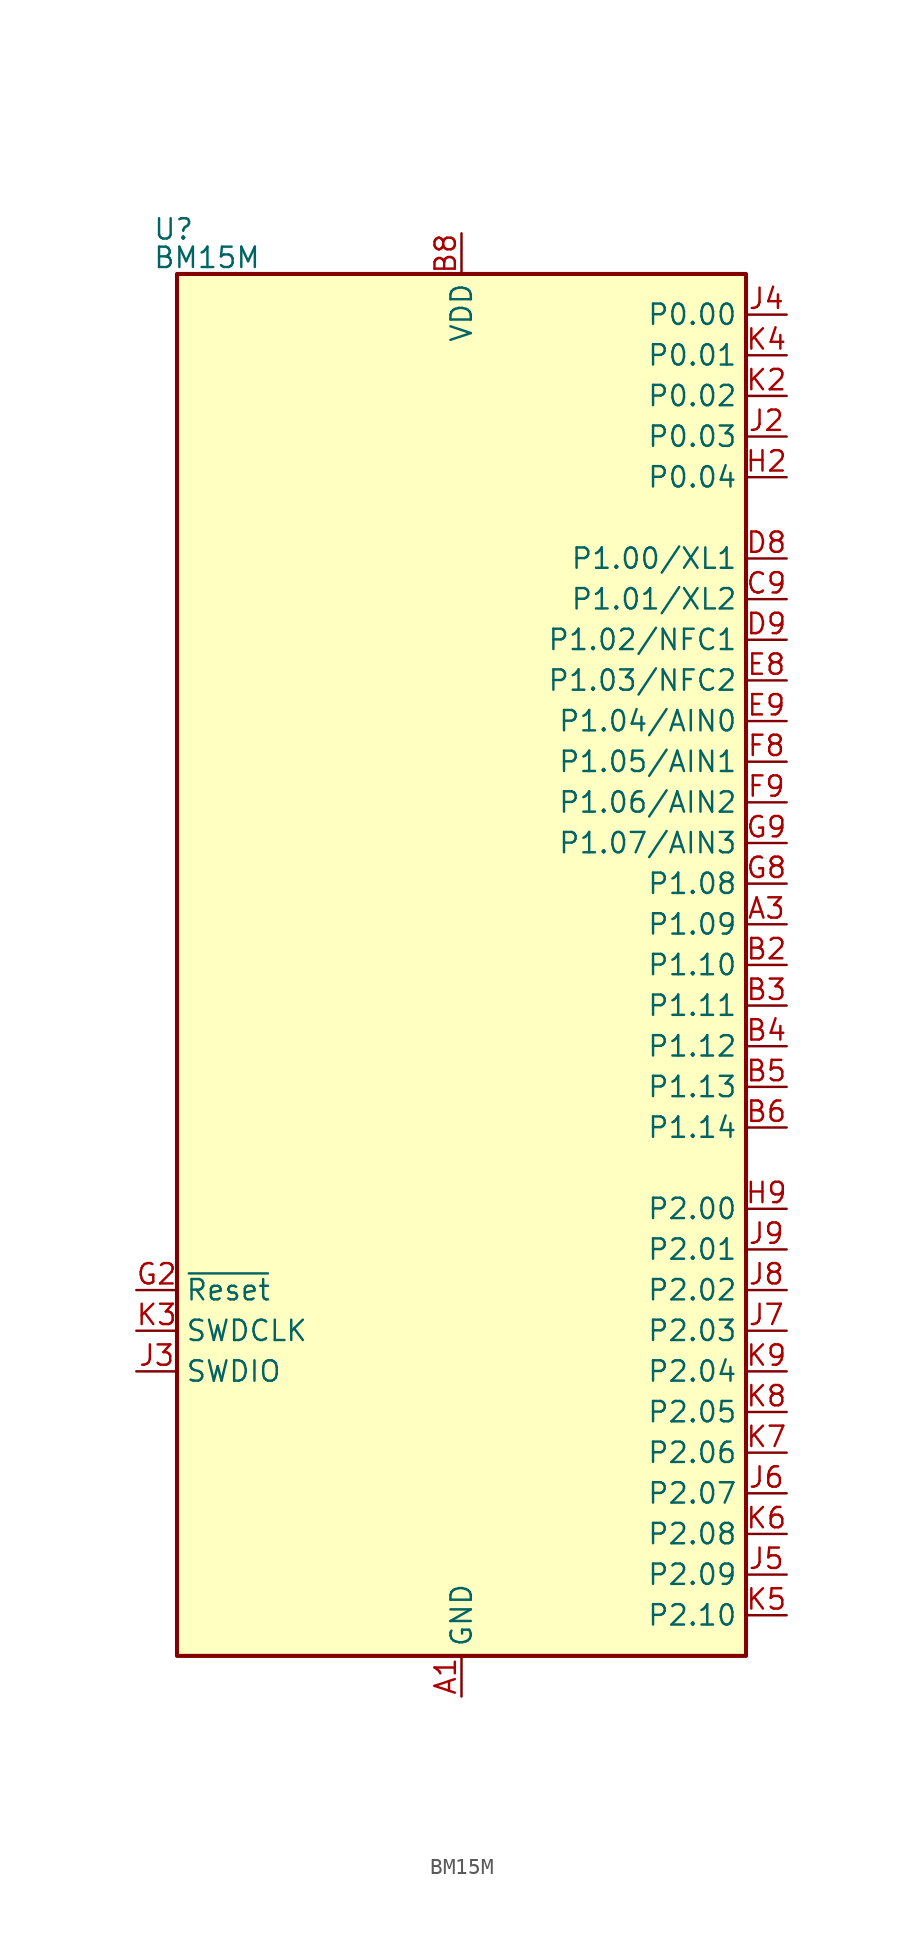
<source format=kicad_sym>
(kicad_symbol_lib
  (version 20241209)
  (generator "kicad_symbol_editor")
  (generator_version "9.0")
  (symbol "BM15M"
    (property "Reference" "U"
      (at -19.304 45.974 0)
      (effects (font (size 1.27 1.27)) (justify left)))
    (property "Value" "BM15M"
      (at -19.304 44.196 0)
      (effects (font (size 1.27 1.27)) (justify left)))
    (symbol "BM15M_0_1"
      (rectangle (start -17.78 43.18) (end 17.78 -43.18) (stroke (width 0.254) (type default)) (fill (type background))))
    (symbol "BM15M_1_1"
      (pin input line (at -20.32 -20.32 0) (length 2.54) (name "~{Reset}" (effects (font (size 1.27 1.27)))) (number "G2" (effects (font (size 1.27 1.27)))))
      (pin input line (at -20.32 -22.86 0) (length 2.54) (name "SWDCLK" (effects (font (size 1.27 1.27)))) (number "K3" (effects (font (size 1.27 1.27)))))
      (pin bidirectional line (at -20.32 -25.4 0) (length 2.54) (name "SWDIO" (effects (font (size 1.27 1.27)))) (number "J3" (effects (font (size 1.27 1.27)))))
      (pin power_in line (at 0 45.72 270) (length 2.54) (name "VDD" (effects (font (size 1.27 1.27)))) (number "B8" (effects (font (size 1.27 1.27)))))
      (pin passive line (at 0 45.72 270) (length 2.54) (hide yes) (name "VDD" (effects (font (size 1.27 1.27)))) (number "C8" (effects (font (size 1.27 1.27)))))
      (pin power_in line (at 0 -45.72 90) (length 2.54) (name "GND" (effects (font (size 1.27 1.27)))) (number "A1" (effects (font (size 1.27 1.27)))))
      (pin passive line (at 0 -45.72 90) (length 2.54) (hide yes) (name "GND" (effects (font (size 1.27 1.27)))) (number "A9" (effects (font (size 1.27 1.27)))))
      (pin passive line (at 0 -45.72 90) (length 2.54) (hide yes) (name "GND" (effects (font (size 1.27 1.27)))) (number "B1" (effects (font (size 1.27 1.27)))))
      (pin passive line (at 0 -45.72 90) (length 2.54) (hide yes) (name "GND" (effects (font (size 1.27 1.27)))) (number "B7" (effects (font (size 1.27 1.27)))))
      (pin passive line (at 0 -45.72 90) (length 2.54) (hide yes) (name "GND" (effects (font (size 1.27 1.27)))) (number "B9" (effects (font (size 1.27 1.27)))))
      (pin passive line (at 0 -45.72 90) (length 2.54) (hide yes) (name "GND" (effects (font (size 1.27 1.27)))) (number "D1" (effects (font (size 1.27 1.27)))))
      (pin passive line (at 0 -45.72 90) (length 2.54) (hide yes) (name "GND" (effects (font (size 1.27 1.27)))) (number "E1" (effects (font (size 1.27 1.27)))))
      (pin passive line (at 0 -45.72 90) (length 2.54) (hide yes) (name "GND" (effects (font (size 1.27 1.27)))) (number "F1" (effects (font (size 1.27 1.27)))))
      (pin passive line (at 0 -45.72 90) (length 2.54) (hide yes) (name "GND" (effects (font (size 1.27 1.27)))) (number "H8" (effects (font (size 1.27 1.27)))))
      (pin bidirectional line (at 20.32 40.64 180) (length 2.54) (name "P0.00" (effects (font (size 1.27 1.27)))) (number "J4" (effects (font (size 1.27 1.27)))))
      (pin bidirectional line (at 20.32 38.1 180) (length 2.54) (name "P0.01" (effects (font (size 1.27 1.27)))) (number "K4" (effects (font (size 1.27 1.27)))))
      (pin bidirectional line (at 20.32 35.56 180) (length 2.54) (name "P0.02" (effects (font (size 1.27 1.27)))) (number "K2" (effects (font (size 1.27 1.27)))))
      (pin bidirectional line (at 20.32 33.02 180) (length 2.54) (name "P0.03" (effects (font (size 1.27 1.27)))) (number "J2" (effects (font (size 1.27 1.27)))))
      (pin bidirectional line (at 20.32 30.48 180) (length 2.54) (name "P0.04" (effects (font (size 1.27 1.27)))) (number "H2" (effects (font (size 1.27 1.27)))))
      (pin bidirectional line (at 20.32 25.4 180) (length 2.54) (name "P1.00/XL1" (effects (font (size 1.27 1.27)))) (number "D8" (effects (font (size 1.27 1.27)))))
      (pin bidirectional line (at 20.32 22.86 180) (length 2.54) (name "P1.01/XL2" (effects (font (size 1.27 1.27)))) (number "C9" (effects (font (size 1.27 1.27)))))
      (pin bidirectional line (at 20.32 20.32 180) (length 2.54) (name "P1.02/NFC1" (effects (font (size 1.27 1.27)))) (number "D9" (effects (font (size 1.27 1.27)))))
      (pin bidirectional line (at 20.32 17.78 180) (length 2.54) (name "P1.03/NFC2" (effects (font (size 1.27 1.27)))) (number "E8" (effects (font (size 1.27 1.27)))))
      (pin bidirectional line (at 20.32 15.24 180) (length 2.54) (name "P1.04/AIN0" (effects (font (size 1.27 1.27)))) (number "E9" (effects (font (size 1.27 1.27)))))
      (pin bidirectional line (at 20.32 12.7 180) (length 2.54) (name "P1.05/AIN1" (effects (font (size 1.27 1.27)))) (number "F8" (effects (font (size 1.27 1.27)))))
      (pin bidirectional line (at 20.32 10.16 180) (length 2.54) (name "P1.06/AIN2" (effects (font (size 1.27 1.27)))) (number "F9" (effects (font (size 1.27 1.27)))))
      (pin bidirectional line (at 20.32 7.62 180) (length 2.54) (name "P1.07/AIN3" (effects (font (size 1.27 1.27)))) (number "G9" (effects (font (size 1.27 1.27)))))
      (pin bidirectional line (at 20.32 5.08 180) (length 2.54) (name "P1.08" (effects (font (size 1.27 1.27)))) (number "G8" (effects (font (size 1.27 1.27)))))
      (pin bidirectional line (at 20.32 2.54 180) (length 2.54) (name "P1.09" (effects (font (size 1.27 1.27)))) (number "A3" (effects (font (size 1.27 1.27)))))
      (pin bidirectional line (at 20.32 0 180) (length 2.54) (name "P1.10" (effects (font (size 1.27 1.27)))) (number "B2" (effects (font (size 1.27 1.27)))))
      (pin bidirectional line (at 20.32 -2.54 180) (length 2.54) (name "P1.11" (effects (font (size 1.27 1.27)))) (number "B3" (effects (font (size 1.27 1.27)))))
      (pin bidirectional line (at 20.32 -5.08 180) (length 2.54) (name "P1.12" (effects (font (size 1.27 1.27)))) (number "B4" (effects (font (size 1.27 1.27)))))
      (pin bidirectional line (at 20.32 -7.62 180) (length 2.54) (name "P1.13" (effects (font (size 1.27 1.27)))) (number "B5" (effects (font (size 1.27 1.27)))))
      (pin bidirectional line (at 20.32 -10.16 180) (length 2.54) (name "P1.14" (effects (font (size 1.27 1.27)))) (number "B6" (effects (font (size 1.27 1.27)))))
      (pin bidirectional line (at 20.32 -15.24 180) (length 2.54) (name "P2.00" (effects (font (size 1.27 1.27)))) (number "H9" (effects (font (size 1.27 1.27)))))
      (pin bidirectional line (at 20.32 -17.78 180) (length 2.54) (name "P2.01" (effects (font (size 1.27 1.27)))) (number "J9" (effects (font (size 1.27 1.27)))))
      (pin bidirectional line (at 20.32 -20.32 180) (length 2.54) (name "P2.02" (effects (font (size 1.27 1.27)))) (number "J8" (effects (font (size 1.27 1.27)))))
      (pin bidirectional line (at 20.32 -22.86 180) (length 2.54) (name "P2.03" (effects (font (size 1.27 1.27)))) (number "J7" (effects (font (size 1.27 1.27)))))
      (pin bidirectional line (at 20.32 -25.4 180) (length 2.54) (name "P2.04" (effects (font (size 1.27 1.27)))) (number "K9" (effects (font (size 1.27 1.27)))))
      (pin bidirectional line (at 20.32 -27.94 180) (length 2.54) (name "P2.05" (effects (font (size 1.27 1.27)))) (number "K8" (effects (font (size 1.27 1.27)))))
      (pin bidirectional line (at 20.32 -30.48 180) (length 2.54) (name "P2.06" (effects (font (size 1.27 1.27)))) (number "K7" (effects (font (size 1.27 1.27)))))
      (pin bidirectional line (at 20.32 -33.02 180) (length 2.54) (name "P2.07" (effects (font (size 1.27 1.27)))) (number "J6" (effects (font (size 1.27 1.27)))))
      (pin bidirectional line (at 20.32 -35.56 180) (length 2.54) (name "P2.08" (effects (font (size 1.27 1.27)))) (number "K6" (effects (font (size 1.27 1.27)))))
      (pin bidirectional line (at 20.32 -38.1 180) (length 2.54) (name "P2.09" (effects (font (size 1.27 1.27)))) (number "J5" (effects (font (size 1.27 1.27)))))
      (pin bidirectional line (at 20.32 -40.64 180) (length 2.54) (name "P2.10" (effects (font (size 1.27 1.27)))) (number "K5" (effects (font (size 1.27 1.27))))))))
</source>
